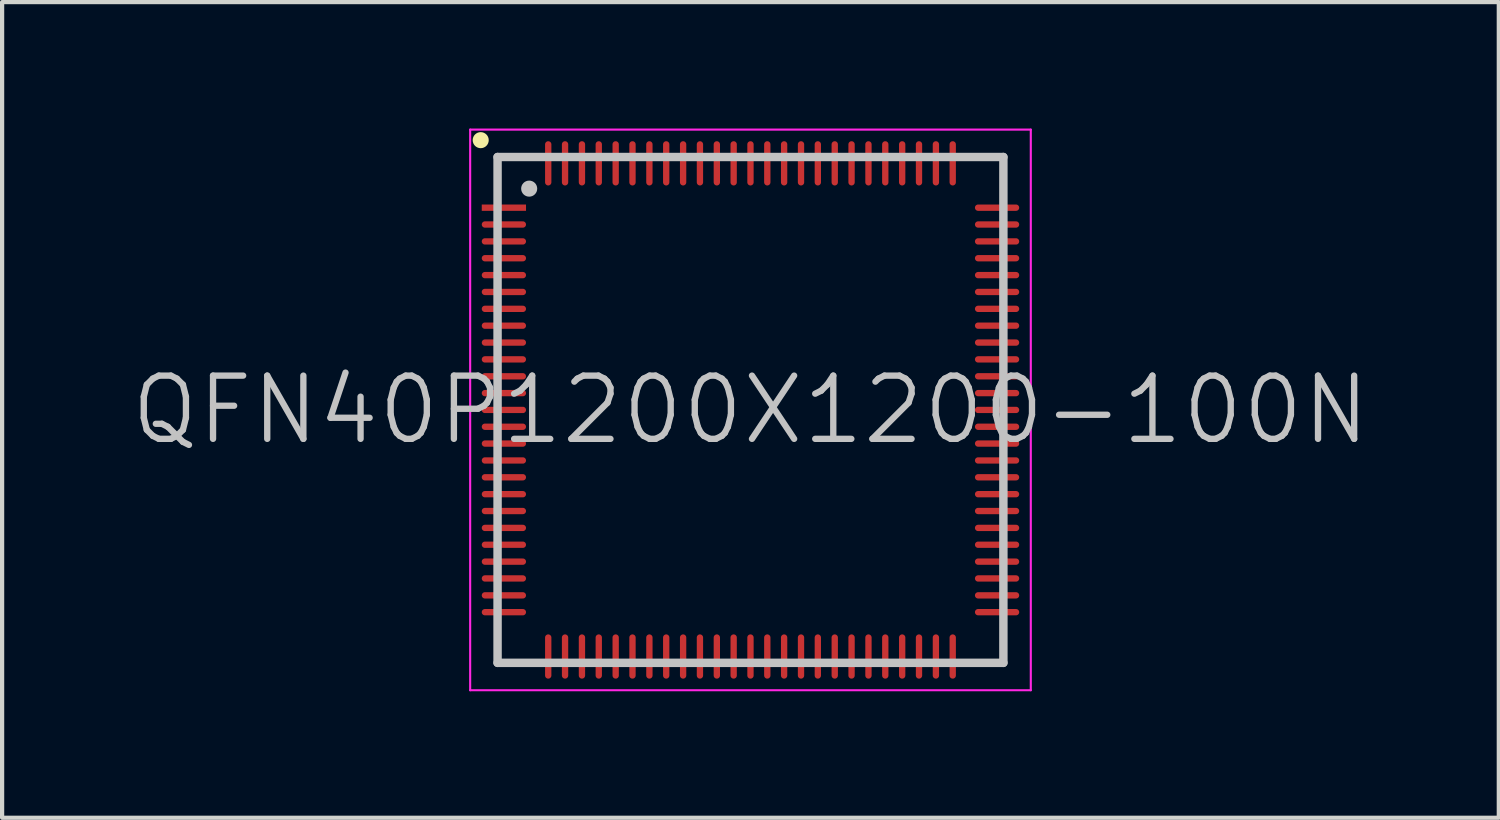
<source format=kicad_pcb>
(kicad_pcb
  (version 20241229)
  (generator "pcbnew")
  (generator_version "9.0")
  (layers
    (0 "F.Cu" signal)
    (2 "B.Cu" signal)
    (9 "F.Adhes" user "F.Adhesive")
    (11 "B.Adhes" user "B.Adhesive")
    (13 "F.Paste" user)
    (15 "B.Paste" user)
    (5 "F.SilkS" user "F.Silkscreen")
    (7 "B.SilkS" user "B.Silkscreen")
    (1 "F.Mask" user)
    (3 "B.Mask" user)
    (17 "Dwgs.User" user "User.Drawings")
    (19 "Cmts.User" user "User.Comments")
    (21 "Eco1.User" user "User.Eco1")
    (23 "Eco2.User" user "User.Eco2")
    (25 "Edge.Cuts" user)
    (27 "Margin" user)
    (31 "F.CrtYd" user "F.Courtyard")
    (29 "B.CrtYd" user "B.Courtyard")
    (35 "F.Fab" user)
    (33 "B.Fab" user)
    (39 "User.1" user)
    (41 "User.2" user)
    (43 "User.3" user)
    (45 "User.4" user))
  (footprint "QFN40P1200X1200-100N"
    (layer "F.Cu")
    (at 14.754 6.675)
    (property "Reference" "QFN40P1200X1200-100N" (at 0 0 0) (layer "Dwgs.User") (effects (font (size 1.5 1.5) (thickness 0.15))))
    (attr smd)
    (fp_line (start -6.4 -6.4) (end -6.4 -6.4) (stroke (width 0.381) (type solid)) (layer "F.SilkS"))
    (fp_line (start -6 -6) (end -6 6) (stroke (width 0.2) (type solid)) (layer "Dwgs.User"))
    (fp_line (start -6 -6) (end 6 -6) (stroke (width 0.2) (type solid)) (layer "Dwgs.User"))
    (fp_line (start -6 6) (end 6 6) (stroke (width 0.2) (type solid)) (layer "Dwgs.User"))
    (fp_line (start -5.25 -5.25) (end -5.25 -5.25) (stroke (width 0.381) (type solid)) (layer "Dwgs.User"))
    (fp_line (start 6 -6) (end 6 6) (stroke (width 0.2) (type solid)) (layer "Dwgs.User"))
    (fp_line (start -6.65 -6.65) (end -6.65 6.65) (stroke (width 0.05) (type solid)) (layer "F.CrtYd"))
    (fp_line (start -6.65 -6.65) (end 6.65 -6.65) (stroke (width 0.05) (type solid)) (layer "F.CrtYd"))
    (fp_line (start -6.65 6.65) (end 6.65 6.65) (stroke (width 0.05) (type solid)) (layer "F.CrtYd"))
    (fp_line (start 6.65 -6.65) (end 6.65 6.65) (stroke (width 0.05) (type solid)) (layer "F.CrtYd"))
    (pad "1" smd rect (at -5.85 -4.798 90) (size 0.15 1.05) (layers "F.Cu" "F.Mask" "F.Paste"))
    (pad "2" smd oval (at -5.85 -4.399 90) (size 0.15 1.05) (layers "F.Cu" "F.Mask" "F.Paste"))
    (pad "3" smd oval (at -5.85 -3.998 90) (size 0.15 1.05) (layers "F.Cu" "F.Mask" "F.Paste"))
    (pad "4" smd oval (at -5.85 -3.599 90) (size 0.15 1.05) (layers "F.Cu" "F.Mask" "F.Paste"))
    (pad "5" smd oval (at -5.85 -3.198 90) (size 0.15 1.05) (layers "F.Cu" "F.Mask" "F.Paste"))
    (pad "6" smd oval (at -5.85 -2.799 90) (size 0.15 1.05) (layers "F.Cu" "F.Mask" "F.Paste"))
    (pad "7" smd oval (at -5.85 -2.398 90) (size 0.15 1.05) (layers "F.Cu" "F.Mask" "F.Paste"))
    (pad "8" smd oval (at -5.85 -1.999 90) (size 0.15 1.05) (layers "F.Cu" "F.Mask" "F.Paste"))
    (pad "9" smd oval (at -5.85 -1.598 90) (size 0.15 1.05) (layers "F.Cu" "F.Mask" "F.Paste"))
    (pad "10" smd oval (at -5.85 -1.199 90) (size 0.15 1.05) (layers "F.Cu" "F.Mask" "F.Paste"))
    (pad "11" smd oval (at -5.85 -0.798 90) (size 0.15 1.05) (layers "F.Cu" "F.Mask" "F.Paste"))
    (pad "12" smd oval (at -5.85 -0.399 90) (size 0.15 1.05) (layers "F.Cu" "F.Mask" "F.Paste"))
    (pad "13" smd oval (at -5.85 0 90) (size 0.15 1.05) (layers "F.Cu" "F.Mask" "F.Paste"))
    (pad "14" smd oval (at -5.85 0.399 90) (size 0.15 1.05) (layers "F.Cu" "F.Mask" "F.Paste"))
    (pad "15" smd oval (at -5.85 0.798 90) (size 0.15 1.05) (layers "F.Cu" "F.Mask" "F.Paste"))
    (pad "16" smd oval (at -5.85 1.199 90) (size 0.15 1.05) (layers "F.Cu" "F.Mask" "F.Paste"))
    (pad "17" smd oval (at -5.85 1.598 90) (size 0.15 1.05) (layers "F.Cu" "F.Mask" "F.Paste"))
    (pad "18" smd oval (at -5.85 1.999 90) (size 0.15 1.05) (layers "F.Cu" "F.Mask" "F.Paste"))
    (pad "19" smd oval (at -5.85 2.398 90) (size 0.15 1.05) (layers "F.Cu" "F.Mask" "F.Paste"))
    (pad "20" smd oval (at -5.85 2.799 90) (size 0.15 1.05) (layers "F.Cu" "F.Mask" "F.Paste"))
    (pad "21" smd oval (at -5.85 3.198 90) (size 0.15 1.05) (layers "F.Cu" "F.Mask" "F.Paste"))
    (pad "22" smd oval (at -5.85 3.599 90) (size 0.15 1.05) (layers "F.Cu" "F.Mask" "F.Paste"))
    (pad "23" smd oval (at -5.85 3.998 90) (size 0.15 1.05) (layers "F.Cu" "F.Mask" "F.Paste"))
    (pad "24" smd oval (at -5.85 4.399 90) (size 0.15 1.05) (layers "F.Cu" "F.Mask" "F.Paste"))
    (pad "25" smd oval (at -5.85 4.798 90) (size 0.15 1.05) (layers "F.Cu" "F.Mask" "F.Paste"))
    (pad "26" smd oval (at -4.798 5.85 180) (size 0.15 1.05) (layers "F.Cu" "F.Mask" "F.Paste"))
    (pad "27" smd oval (at -4.399 5.85 180) (size 0.15 1.05) (layers "F.Cu" "F.Mask" "F.Paste"))
    (pad "28" smd oval (at -3.998 5.85 180) (size 0.15 1.05) (layers "F.Cu" "F.Mask" "F.Paste"))
    (pad "29" smd oval (at -3.599 5.85 180) (size 0.15 1.05) (layers "F.Cu" "F.Mask" "F.Paste"))
    (pad "30" smd oval (at -3.198 5.85 180) (size 0.15 1.05) (layers "F.Cu" "F.Mask" "F.Paste"))
    (pad "31" smd oval (at -2.799 5.85 180) (size 0.15 1.05) (layers "F.Cu" "F.Mask" "F.Paste"))
    (pad "32" smd oval (at -2.398 5.85 180) (size 0.15 1.05) (layers "F.Cu" "F.Mask" "F.Paste"))
    (pad "33" smd oval (at -1.999 5.85 180) (size 0.15 1.05) (layers "F.Cu" "F.Mask" "F.Paste"))
    (pad "34" smd oval (at -1.598 5.85 180) (size 0.15 1.05) (layers "F.Cu" "F.Mask" "F.Paste"))
    (pad "35" smd oval (at -1.199 5.85 180) (size 0.15 1.05) (layers "F.Cu" "F.Mask" "F.Paste"))
    (pad "36" smd oval (at -0.798 5.85 180) (size 0.15 1.05) (layers "F.Cu" "F.Mask" "F.Paste"))
    (pad "37" smd oval (at -0.399 5.85 180) (size 0.15 1.05) (layers "F.Cu" "F.Mask" "F.Paste"))
    (pad "38" smd oval (at 0 5.85 180) (size 0.15 1.05) (layers "F.Cu" "F.Mask" "F.Paste"))
    (pad "39" smd oval (at 0.399 5.85 180) (size 0.15 1.05) (layers "F.Cu" "F.Mask" "F.Paste"))
    (pad "40" smd oval (at 0.798 5.85 180) (size 0.15 1.05) (layers "F.Cu" "F.Mask" "F.Paste"))
    (pad "41" smd oval (at 1.199 5.85 180) (size 0.15 1.05) (layers "F.Cu" "F.Mask" "F.Paste"))
    (pad "42" smd oval (at 1.598 5.85 180) (size 0.15 1.05) (layers "F.Cu" "F.Mask" "F.Paste"))
    (pad "43" smd oval (at 1.999 5.85 180) (size 0.15 1.05) (layers "F.Cu" "F.Mask" "F.Paste"))
    (pad "44" smd oval (at 2.398 5.85 180) (size 0.15 1.05) (layers "F.Cu" "F.Mask" "F.Paste"))
    (pad "45" smd oval (at 2.799 5.85 180) (size 0.15 1.05) (layers "F.Cu" "F.Mask" "F.Paste"))
    (pad "46" smd oval (at 3.198 5.85 180) (size 0.15 1.05) (layers "F.Cu" "F.Mask" "F.Paste"))
    (pad "47" smd oval (at 3.599 5.85 180) (size 0.15 1.05) (layers "F.Cu" "F.Mask" "F.Paste"))
    (pad "48" smd oval (at 3.998 5.85 180) (size 0.15 1.05) (layers "F.Cu" "F.Mask" "F.Paste"))
    (pad "49" smd oval (at 4.399 5.85 180) (size 0.15 1.05) (layers "F.Cu" "F.Mask" "F.Paste"))
    (pad "50" smd oval (at 4.798 5.85 180) (size 0.15 1.05) (layers "F.Cu" "F.Mask" "F.Paste"))
    (pad "51" smd oval (at 5.85 4.798 270) (size 0.15 1.05) (layers "F.Cu" "F.Mask" "F.Paste"))
    (pad "52" smd oval (at 5.85 4.399 270) (size 0.15 1.05) (layers "F.Cu" "F.Mask" "F.Paste"))
    (pad "53" smd oval (at 5.85 3.998 270) (size 0.15 1.05) (layers "F.Cu" "F.Mask" "F.Paste"))
    (pad "54" smd oval (at 5.85 3.599 270) (size 0.15 1.05) (layers "F.Cu" "F.Mask" "F.Paste"))
    (pad "55" smd oval (at 5.85 3.198 270) (size 0.15 1.05) (layers "F.Cu" "F.Mask" "F.Paste"))
    (pad "56" smd oval (at 5.85 2.799 270) (size 0.15 1.05) (layers "F.Cu" "F.Mask" "F.Paste"))
    (pad "57" smd oval (at 5.85 2.398 270) (size 0.15 1.05) (layers "F.Cu" "F.Mask" "F.Paste"))
    (pad "58" smd oval (at 5.85 1.999 270) (size 0.15 1.05) (layers "F.Cu" "F.Mask" "F.Paste"))
    (pad "59" smd oval (at 5.85 1.598 270) (size 0.15 1.05) (layers "F.Cu" "F.Mask" "F.Paste"))
    (pad "60" smd oval (at 5.85 1.199 270) (size 0.15 1.05) (layers "F.Cu" "F.Mask" "F.Paste"))
    (pad "61" smd oval (at 5.85 0.798 270) (size 0.15 1.05) (layers "F.Cu" "F.Mask" "F.Paste"))
    (pad "62" smd oval (at 5.85 0.399 270) (size 0.15 1.05) (layers "F.Cu" "F.Mask" "F.Paste"))
    (pad "63" smd oval (at 5.85 0 270) (size 0.15 1.05) (layers "F.Cu" "F.Mask" "F.Paste"))
    (pad "64" smd oval (at 5.85 -0.399 270) (size 0.15 1.05) (layers "F.Cu" "F.Mask" "F.Paste"))
    (pad "65" smd oval (at 5.85 -0.798 270) (size 0.15 1.05) (layers "F.Cu" "F.Mask" "F.Paste"))
    (pad "66" smd oval (at 5.85 -1.199 270) (size 0.15 1.05) (layers "F.Cu" "F.Mask" "F.Paste"))
    (pad "67" smd oval (at 5.85 -1.598 270) (size 0.15 1.05) (layers "F.Cu" "F.Mask" "F.Paste"))
    (pad "68" smd oval (at 5.85 -1.999 270) (size 0.15 1.05) (layers "F.Cu" "F.Mask" "F.Paste"))
    (pad "69" smd oval (at 5.85 -2.398 270) (size 0.15 1.05) (layers "F.Cu" "F.Mask" "F.Paste"))
    (pad "70" smd oval (at 5.85 -2.799 270) (size 0.15 1.05) (layers "F.Cu" "F.Mask" "F.Paste"))
    (pad "71" smd oval (at 5.85 -3.198 270) (size 0.15 1.05) (layers "F.Cu" "F.Mask" "F.Paste"))
    (pad "72" smd oval (at 5.85 -3.599 270) (size 0.15 1.05) (layers "F.Cu" "F.Mask" "F.Paste"))
    (pad "73" smd oval (at 5.85 -3.998 270) (size 0.15 1.05) (layers "F.Cu" "F.Mask" "F.Paste"))
    (pad "74" smd oval (at 5.85 -4.399 270) (size 0.15 1.05) (layers "F.Cu" "F.Mask" "F.Paste"))
    (pad "75" smd oval (at 5.85 -4.798 270) (size 0.15 1.05) (layers "F.Cu" "F.Mask" "F.Paste"))
    (pad "76" smd oval (at 4.798 -5.85) (size 0.15 1.05) (layers "F.Cu" "F.Mask" "F.Paste"))
    (pad "77" smd oval (at 4.399 -5.85) (size 0.15 1.05) (layers "F.Cu" "F.Mask" "F.Paste"))
    (pad "78" smd oval (at 3.998 -5.85) (size 0.15 1.05) (layers "F.Cu" "F.Mask" "F.Paste"))
    (pad "79" smd oval (at 3.599 -5.85) (size 0.15 1.05) (layers "F.Cu" "F.Mask" "F.Paste"))
    (pad "80" smd oval (at 3.198 -5.85) (size 0.15 1.05) (layers "F.Cu" "F.Mask" "F.Paste"))
    (pad "81" smd oval (at 2.799 -5.85) (size 0.15 1.05) (layers "F.Cu" "F.Mask" "F.Paste"))
    (pad "82" smd oval (at 2.398 -5.85) (size 0.15 1.05) (layers "F.Cu" "F.Mask" "F.Paste"))
    (pad "83" smd oval (at 1.999 -5.85) (size 0.15 1.05) (layers "F.Cu" "F.Mask" "F.Paste"))
    (pad "84" smd oval (at 1.598 -5.85) (size 0.15 1.05) (layers "F.Cu" "F.Mask" "F.Paste"))
    (pad "85" smd oval (at 1.199 -5.85) (size 0.15 1.05) (layers "F.Cu" "F.Mask" "F.Paste"))
    (pad "86" smd oval (at 0.798 -5.85) (size 0.15 1.05) (layers "F.Cu" "F.Mask" "F.Paste"))
    (pad "87" smd oval (at 0.399 -5.85) (size 0.15 1.05) (layers "F.Cu" "F.Mask" "F.Paste"))
    (pad "88" smd oval (at 0 -5.85) (size 0.15 1.05) (layers "F.Cu" "F.Mask" "F.Paste"))
    (pad "89" smd oval (at -0.399 -5.85) (size 0.15 1.05) (layers "F.Cu" "F.Mask" "F.Paste"))
    (pad "90" smd oval (at -0.798 -5.85) (size 0.15 1.05) (layers "F.Cu" "F.Mask" "F.Paste"))
    (pad "91" smd oval (at -1.199 -5.85) (size 0.15 1.05) (layers "F.Cu" "F.Mask" "F.Paste"))
    (pad "92" smd oval (at -1.598 -5.85) (size 0.15 1.05) (layers "F.Cu" "F.Mask" "F.Paste"))
    (pad "93" smd oval (at -1.999 -5.85) (size 0.15 1.05) (layers "F.Cu" "F.Mask" "F.Paste"))
    (pad "94" smd oval (at -2.398 -5.85) (size 0.15 1.05) (layers "F.Cu" "F.Mask" "F.Paste"))
    (pad "95" smd oval (at -2.799 -5.85) (size 0.15 1.05) (layers "F.Cu" "F.Mask" "F.Paste"))
    (pad "96" smd oval (at -3.198 -5.85) (size 0.15 1.05) (layers "F.Cu" "F.Mask" "F.Paste"))
    (pad "97" smd oval (at -3.599 -5.85) (size 0.15 1.05) (layers "F.Cu" "F.Mask" "F.Paste"))
    (pad "98" smd oval (at -3.998 -5.85) (size 0.15 1.05) (layers "F.Cu" "F.Mask" "F.Paste"))
    (pad "99" smd oval (at -4.399 -5.85) (size 0.15 1.05) (layers "F.Cu" "F.Mask" "F.Paste"))
    (pad "100" smd oval (at -4.798 -5.85) (size 0.15 1.05) (layers "F.Cu" "F.Mask" "F.Paste")))
  (gr_rect
    (start -3 -3)
    (end 32.507 16.35)
    (stroke (width 0.1) (type default))
    (fill no)
    (layer "Edge.Cuts")))
</source>
